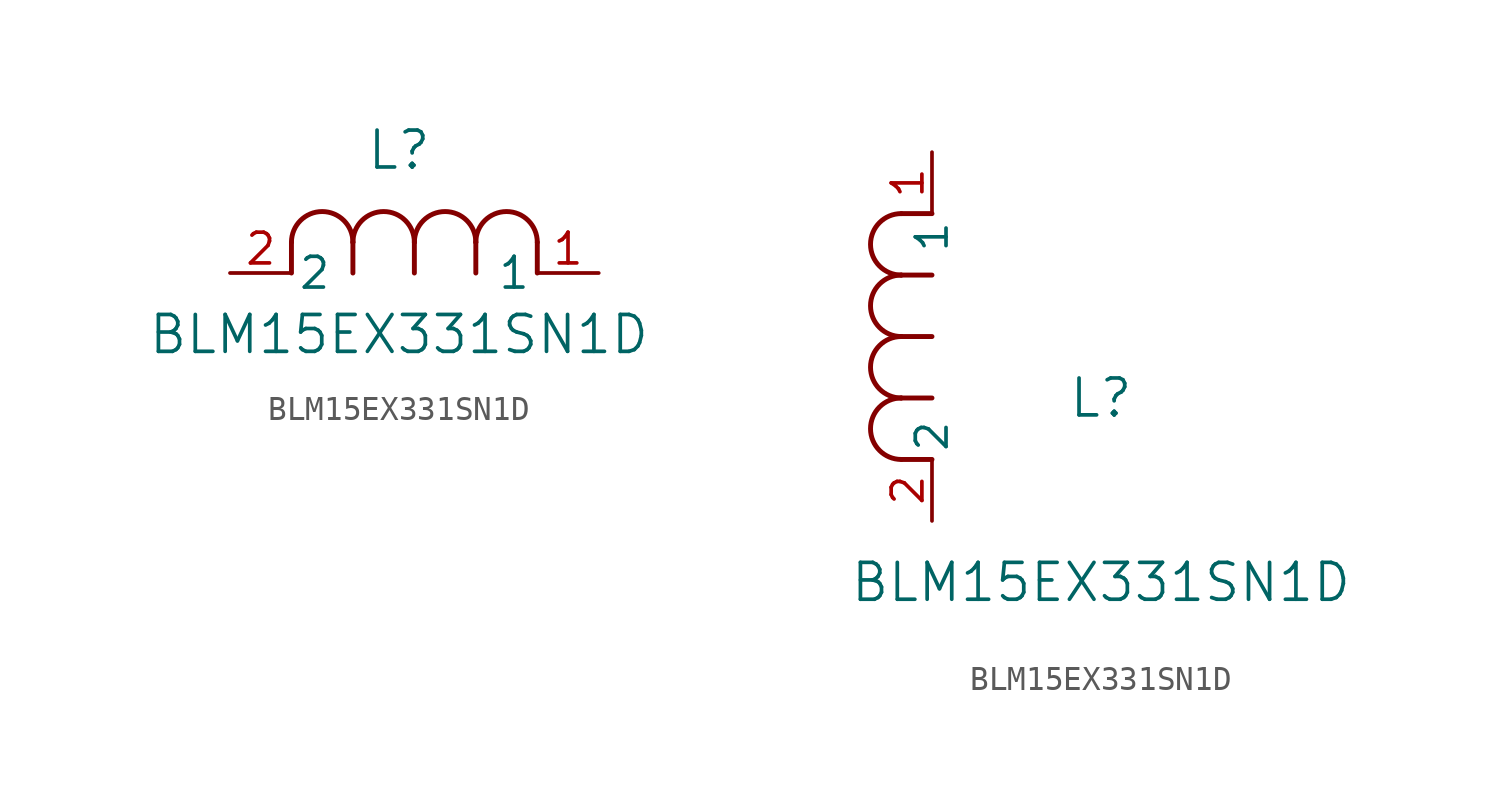
<source format=kicad_sym>
(kicad_symbol_lib
  (version 20211014)
  (generator kicad_symbol_editor)
  (symbol "BLM15EX331SN1D"
    (pin_names
      (offset 0.254))
    (property "Reference" "L"
      (at 6.985 5.08 0)
      (effects (font (size 1.524 1.524))))
    (property "Value" "BLM15EX331SN1D"
      (at 6.985 -2.54 0)
      (effects (font (size 1.524 1.524))))
    (symbol "BLM15EX331SN1D_1_1"
      (arc (start 7.62 1.27) (mid 6.35 2.54) (end 5.08 1.27) (stroke (width 0.2032) (type default) (color 0 0 0 0)) (fill (type none)))
      (polyline (pts (xy 5.08 0) (xy 5.08 1.27)) (stroke (width 0.203) (type default) (color 0 0 0 0)) (fill (type none)))
      (polyline (pts (xy 7.62 0) (xy 7.62 1.27)) (stroke (width 0.203) (type default) (color 0 0 0 0)) (fill (type none)))
      (polyline (pts (xy 12.7 0) (xy 12.7 1.27)) (stroke (width 0.203) (type default) (color 0 0 0 0)) (fill (type none)))
      (arc (start 5.08 1.27) (mid 3.81 2.54) (end 2.54 1.27) (stroke (width 0.2032) (type default) (color 0 0 0 0)) (fill (type none)))
      (arc (start 10.16 1.27) (mid 8.89 2.54) (end 7.62 1.27) (stroke (width 0.2032) (type default) (color 0 0 0 0)) (fill (type none)))
      (arc (start 12.7 1.27) (mid 11.43 2.54) (end 10.16 1.27) (stroke (width 0.2032) (type default) (color 0 0 0 0)) (fill (type none)))
      (polyline (pts (xy 2.54 0) (xy 2.54 1.27)) (stroke (width 0.203) (type default) (color 0 0 0 0)) (fill (type none)))
      (polyline (pts (xy 10.16 0) (xy 10.16 1.27)) (stroke (width 0.203) (type default) (color 0 0 0 0)) (fill (type none)))
      (pin unspecified line (at 0 0 0) (length 2.54) (name "2" (effects (font (size 1.27 1.27)))) (number "2" (effects (font (size 1.27 1.27)))))
      (pin unspecified line (at 15.24 0 180) (length 2.54) (name "1" (effects (font (size 1.27 1.27)))) (number "1" (effects (font (size 1.27 1.27))))))
    (symbol "BLM15EX331SN1D_1_2"
      (arc (start -1.27 7.62) (mid -2.54 6.35) (end -1.27 5.08) (stroke (width 0.2032) (type default) (color 0 0 0 0)) (fill (type none)))
      (arc (start -1.27 5.08) (mid -2.54 3.81) (end -1.27 2.54) (stroke (width 0.2032) (type default) (color 0 0 0 0)) (fill (type none)))
      (arc (start -1.27 12.7) (mid -2.54 11.43) (end -1.27 10.16) (stroke (width 0.2032) (type default) (color 0 0 0 0)) (fill (type none)))
      (arc (start -1.27 10.16) (mid -2.54 8.89) (end -1.27 7.62) (stroke (width 0.2032) (type default) (color 0 0 0 0)) (fill (type none)))
      (polyline (pts (xy 0 7.62) (xy -1.27 7.62)) (stroke (width 0.203) (type default) (color 0 0 0 0)) (fill (type none)))
      (polyline (pts (xy 0 5.08) (xy -1.27 5.08)) (stroke (width 0.203) (type default) (color 0 0 0 0)) (fill (type none)))
      (polyline (pts (xy 0 12.7) (xy -1.27 12.7)) (stroke (width 0.203) (type default) (color 0 0 0 0)) (fill (type none)))
      (polyline (pts (xy 0 2.54) (xy -1.27 2.54)) (stroke (width 0.203) (type default) (color 0 0 0 0)) (fill (type none)))
      (polyline (pts (xy 0 10.16) (xy -1.27 10.16)) (stroke (width 0.203) (type default) (color 0 0 0 0)) (fill (type none)))
      (pin unspecified line (at 0 0 90) (length 2.54) (name "2" (effects (font (size 1.27 1.27)))) (number "2" (effects (font (size 1.27 1.27)))))
      (pin unspecified line (at 0 15.24 270) (length 2.54) (name "1" (effects (font (size 1.27 1.27)))) (number "1" (effects (font (size 1.27 1.27))))))))
</source>
